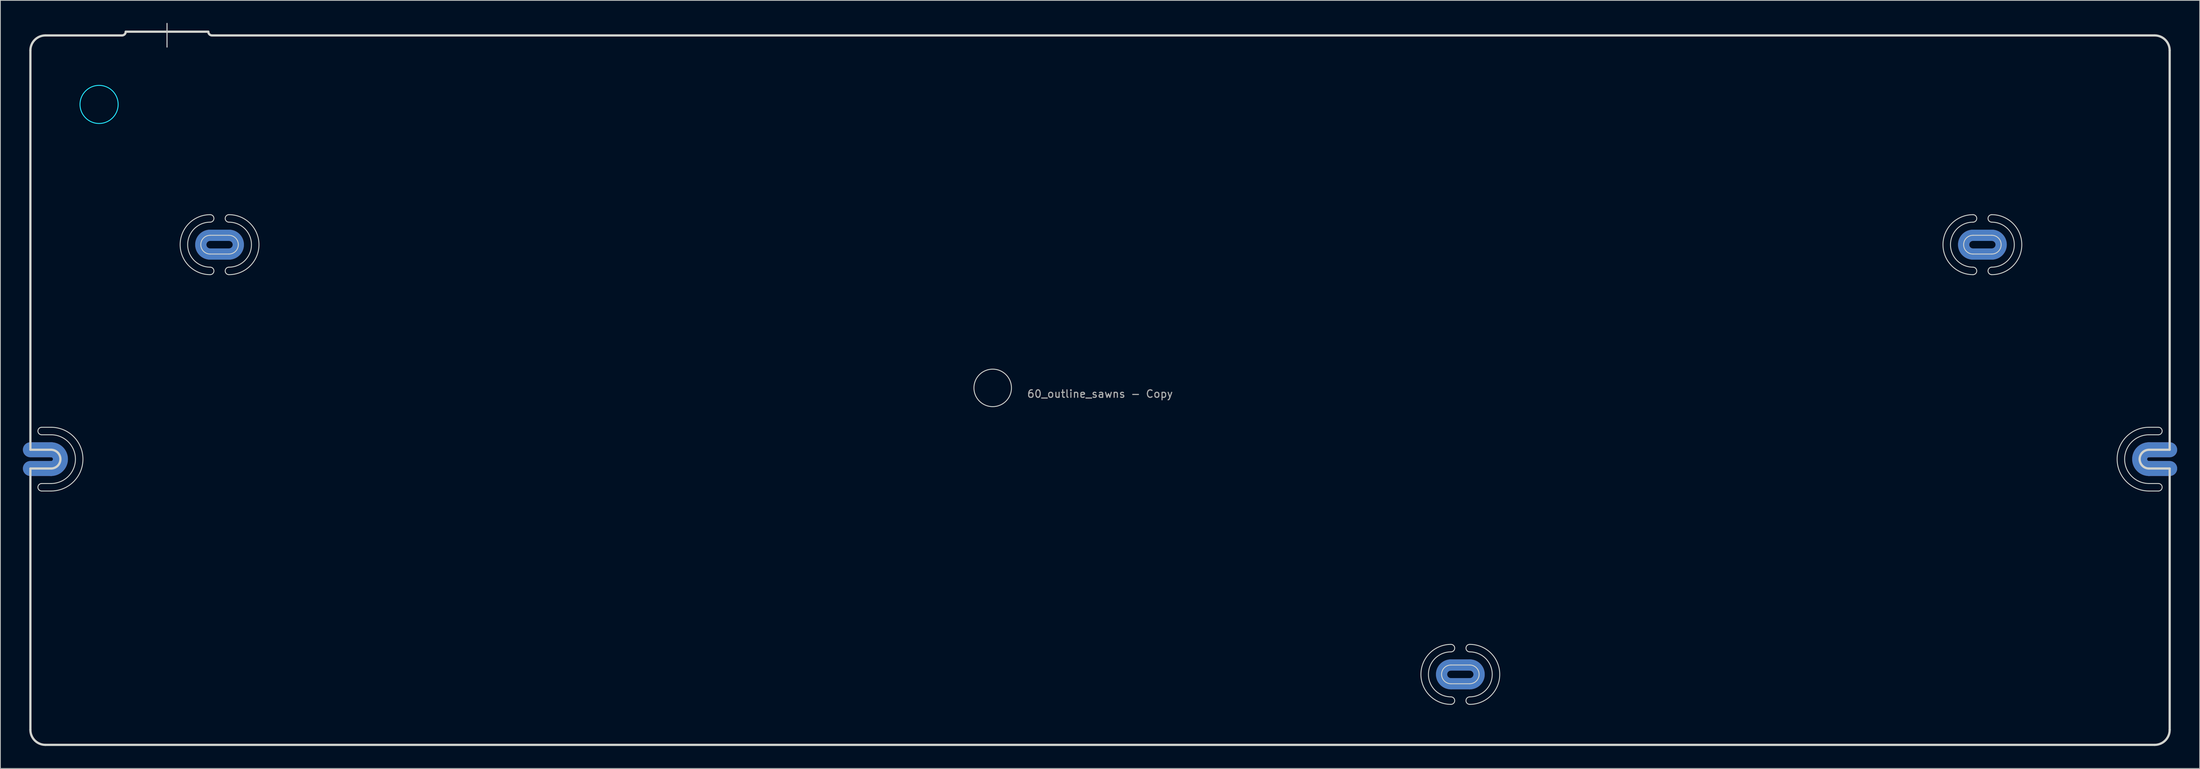
<source format=kicad_pcb>
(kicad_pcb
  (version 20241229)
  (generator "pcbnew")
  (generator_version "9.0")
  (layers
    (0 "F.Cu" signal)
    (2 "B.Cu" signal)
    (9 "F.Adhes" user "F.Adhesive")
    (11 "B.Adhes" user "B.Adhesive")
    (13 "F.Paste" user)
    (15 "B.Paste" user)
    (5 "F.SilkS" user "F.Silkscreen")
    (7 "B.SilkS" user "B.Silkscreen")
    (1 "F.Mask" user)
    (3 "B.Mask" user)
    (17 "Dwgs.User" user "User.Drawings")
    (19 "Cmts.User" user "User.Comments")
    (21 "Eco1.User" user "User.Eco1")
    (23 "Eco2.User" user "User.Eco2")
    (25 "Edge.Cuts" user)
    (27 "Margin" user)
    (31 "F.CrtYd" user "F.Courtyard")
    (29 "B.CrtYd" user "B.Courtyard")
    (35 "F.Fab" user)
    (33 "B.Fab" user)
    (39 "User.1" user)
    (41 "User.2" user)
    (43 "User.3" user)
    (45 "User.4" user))
  (footprint "60_outline_sawns - Copy"
    (layer "F.Cu")
    (at 143.5 48.975)
    (property "Reference" "60_outline_sawns - Copy" (at 0 0.5 0) (layer "F.Fab") (effects (font (size 1 1) (thickness 0.15))))
    (attr through_hole)
    (fp_line (start -142.5 10.45) (end -139.75 10.45) (stroke (width 2) (type solid)) (layer "F.Cu"))
    (fp_line (start -139.75 7.95) (end -142.5 7.95) (stroke (width 2) (type solid)) (layer "F.Cu"))
    (fp_line (start -118.55 -18.15) (end -116.05 -18.15) (stroke (width 1.5) (type solid)) (layer "F.Cu"))
    (fp_line (start -116.05 -20.65) (end -118.55 -20.65) (stroke (width 1.5) (type solid)) (layer "F.Cu"))
    (fp_line (start 46.75 39.15) (end 49.25 39.15) (stroke (width 1.5) (type solid)) (layer "F.Cu"))
    (fp_line (start 49.25 36.65) (end 46.75 36.65) (stroke (width 1.5) (type solid)) (layer "F.Cu"))
    (fp_line (start 116.3 -18.15) (end 118.8 -18.15) (stroke (width 1.5) (type solid)) (layer "F.Cu"))
    (fp_line (start 118.8 -20.65) (end 116.3 -20.65) (stroke (width 1.5) (type solid)) (layer "F.Cu"))
    (fp_line (start 139.75 10.45) (end 142.5 10.45) (stroke (width 2) (type solid)) (layer "F.Cu"))
    (fp_line (start 142.5 7.95) (end 139.75 7.95) (stroke (width 2) (type solid)) (layer "F.Cu"))
    (fp_arc (start -139.75 7.95) (mid -138.5 9.2) (end -139.75 10.45) (stroke (width 2) (type solid)) (layer "F.Cu"))
    (fp_arc (start -118.55 -18.15) (mid -119.8 -19.4) (end -118.55 -20.65) (stroke (width 1.5) (type solid)) (layer "F.Cu"))
    (fp_arc (start -116.05 -20.65) (mid -114.8 -19.4) (end -116.05 -18.15) (stroke (width 1.5) (type solid)) (layer "F.Cu"))
    (fp_arc (start 46.75 39.15) (mid 45.5 37.9) (end 46.75 36.65) (stroke (width 1.5) (type solid)) (layer "F.Cu"))
    (fp_arc (start 49.25 36.65) (mid 50.5 37.9) (end 49.25 39.15) (stroke (width 1.5) (type solid)) (layer "F.Cu"))
    (fp_arc (start 116.3 -18.15) (mid 115.05 -19.4) (end 116.3 -20.65) (stroke (width 1.5) (type solid)) (layer "F.Cu"))
    (fp_arc (start 118.8 -20.65) (mid 120.05 -19.4) (end 118.8 -18.15) (stroke (width 1.5) (type solid)) (layer "F.Cu"))
    (fp_arc (start 139.75 10.45) (mid 138.5 9.2) (end 139.75 7.95) (stroke (width 2) (type solid)) (layer "F.Cu"))
    (fp_line (start -142.5 10.45) (end -139.75 10.45) (stroke (width 2) (type solid)) (layer "F.Mask"))
    (fp_line (start -139.75 7.95) (end -142.5 7.95) (stroke (width 2) (type solid)) (layer "F.Mask"))
    (fp_line (start -118.55 -18.15) (end -116.05 -18.15) (stroke (width 1.5) (type solid)) (layer "F.Mask"))
    (fp_line (start -116.05 -20.65) (end -118.55 -20.65) (stroke (width 1.5) (type solid)) (layer "F.Mask"))
    (fp_line (start 46.75 39.15) (end 49.25 39.15) (stroke (width 1.5) (type solid)) (layer "F.Mask"))
    (fp_line (start 49.25 36.65) (end 46.75 36.65) (stroke (width 1.5) (type solid)) (layer "F.Mask"))
    (fp_line (start 116.3 -18.15) (end 118.8 -18.15) (stroke (width 1.5) (type solid)) (layer "F.Mask"))
    (fp_line (start 118.8 -20.65) (end 116.3 -20.65) (stroke (width 1.5) (type solid)) (layer "F.Mask"))
    (fp_line (start 139.75 10.45) (end 142.5 10.45) (stroke (width 2) (type solid)) (layer "F.Mask"))
    (fp_line (start 142.5 7.95) (end 139.75 7.95) (stroke (width 2) (type solid)) (layer "F.Mask"))
    (fp_arc (start -139.75 7.95) (mid -138.5 9.2) (end -139.75 10.45) (stroke (width 2) (type solid)) (layer "F.Mask"))
    (fp_arc (start -118.55 -18.15) (mid -119.8 -19.4) (end -118.55 -20.65) (stroke (width 1.5) (type solid)) (layer "F.Mask"))
    (fp_arc (start -116.05 -20.65) (mid -114.8 -19.4) (end -116.05 -18.15) (stroke (width 1.5) (type solid)) (layer "F.Mask"))
    (fp_arc (start 46.75 39.15) (mid 45.5 37.9) (end 46.75 36.65) (stroke (width 1.5) (type solid)) (layer "F.Mask"))
    (fp_arc (start 49.25 36.65) (mid 50.5 37.9) (end 49.25 39.15) (stroke (width 1.5) (type solid)) (layer "F.Mask"))
    (fp_arc (start 116.3 -18.15) (mid 115.05 -19.4) (end 116.3 -20.65) (stroke (width 1.5) (type solid)) (layer "F.Mask"))
    (fp_arc (start 118.8 -20.65) (mid 120.05 -19.4) (end 118.8 -18.15) (stroke (width 1.5) (type solid)) (layer "F.Mask"))
    (fp_arc (start 139.75 10.45) (mid 138.5 9.2) (end 139.75 7.95) (stroke (width 2) (type solid)) (layer "F.Mask"))
    (fp_line (start -142.5 10.45) (end -139.75 10.45) (stroke (width 2) (type solid)) (layer "B.Cu"))
    (fp_line (start -139.75 7.95) (end -142.5 7.95) (stroke (width 2) (type solid)) (layer "B.Cu"))
    (fp_line (start -118.55 -18.15) (end -116.05 -18.15) (stroke (width 1.5) (type solid)) (layer "B.Cu"))
    (fp_line (start -116.05 -20.65) (end -118.55 -20.65) (stroke (width 1.5) (type solid)) (layer "B.Cu"))
    (fp_line (start 46.75 39.15) (end 49.25 39.15) (stroke (width 1.5) (type solid)) (layer "B.Cu"))
    (fp_line (start 49.25 36.65) (end 46.75 36.65) (stroke (width 1.5) (type solid)) (layer "B.Cu"))
    (fp_line (start 116.3 -18.15) (end 118.8 -18.15) (stroke (width 1.5) (type solid)) (layer "B.Cu"))
    (fp_line (start 118.8 -20.65) (end 116.3 -20.65) (stroke (width 1.5) (type solid)) (layer "B.Cu"))
    (fp_line (start 139.75 10.45) (end 142.5 10.45) (stroke (width 2) (type solid)) (layer "B.Cu"))
    (fp_line (start 142.5 7.95) (end 139.75 7.95) (stroke (width 2) (type solid)) (layer "B.Cu"))
    (fp_arc (start -139.75 7.95) (mid -138.5 9.2) (end -139.75 10.45) (stroke (width 2) (type solid)) (layer "B.Cu"))
    (fp_arc (start -118.55 -18.15) (mid -119.8 -19.4) (end -118.55 -20.65) (stroke (width 1.5) (type solid)) (layer "B.Cu"))
    (fp_arc (start -116.05 -20.65) (mid -114.8 -19.4) (end -116.05 -18.15) (stroke (width 1.5) (type solid)) (layer "B.Cu"))
    (fp_arc (start 46.75 39.15) (mid 45.5 37.9) (end 46.75 36.65) (stroke (width 1.5) (type solid)) (layer "B.Cu"))
    (fp_arc (start 49.25 36.65) (mid 50.5 37.9) (end 49.25 39.15) (stroke (width 1.5) (type solid)) (layer "B.Cu"))
    (fp_arc (start 116.3 -18.15) (mid 115.05 -19.4) (end 116.3 -20.65) (stroke (width 1.5) (type solid)) (layer "B.Cu"))
    (fp_arc (start 118.8 -20.65) (mid 120.05 -19.4) (end 118.8 -18.15) (stroke (width 1.5) (type solid)) (layer "B.Cu"))
    (fp_arc (start 139.75 10.45) (mid 138.5 9.2) (end 139.75 7.95) (stroke (width 2) (type solid)) (layer "B.Cu"))
    (fp_line (start -142.5 10.45) (end -139.75 10.45) (stroke (width 2) (type solid)) (layer "B.Mask"))
    (fp_line (start -139.75 7.95) (end -142.5 7.95) (stroke (width 2) (type solid)) (layer "B.Mask"))
    (fp_line (start -118.55 -18.15) (end -116.05 -18.15) (stroke (width 1.5) (type solid)) (layer "B.Mask"))
    (fp_line (start -116.05 -20.65) (end -118.55 -20.65) (stroke (width 1.5) (type solid)) (layer "B.Mask"))
    (fp_line (start 46.75 39.15) (end 49.25 39.15) (stroke (width 1.5) (type solid)) (layer "B.Mask"))
    (fp_line (start 49.25 36.65) (end 46.75 36.65) (stroke (width 1.5) (type solid)) (layer "B.Mask"))
    (fp_line (start 116.3 -18.15) (end 118.8 -18.15) (stroke (width 1.5) (type solid)) (layer "B.Mask"))
    (fp_line (start 118.8 -20.65) (end 116.3 -20.65) (stroke (width 1.5) (type solid)) (layer "B.Mask"))
    (fp_line (start 139.75 10.45) (end 142.5 10.45) (stroke (width 2) (type solid)) (layer "B.Mask"))
    (fp_line (start 142.5 7.95) (end 139.75 7.95) (stroke (width 2) (type solid)) (layer "B.Mask"))
    (fp_arc (start -139.75 7.95) (mid -138.5 9.2) (end -139.75 10.45) (stroke (width 2) (type solid)) (layer "B.Mask"))
    (fp_arc (start -118.55 -18.15) (mid -119.8 -19.4) (end -118.55 -20.65) (stroke (width 1.5) (type solid)) (layer "B.Mask"))
    (fp_arc (start -116.05 -20.65) (mid -114.8 -19.4) (end -116.05 -18.15) (stroke (width 1.5) (type solid)) (layer "B.Mask"))
    (fp_arc (start 46.75 39.15) (mid 45.5 37.9) (end 46.75 36.65) (stroke (width 1.5) (type solid)) (layer "B.Mask"))
    (fp_arc (start 49.25 36.65) (mid 50.5 37.9) (end 49.25 39.15) (stroke (width 1.5) (type solid)) (layer "B.Mask"))
    (fp_arc (start 116.3 -18.15) (mid 115.05 -19.4) (end 116.3 -20.65) (stroke (width 1.5) (type solid)) (layer "B.Mask"))
    (fp_arc (start 118.8 -20.65) (mid 120.05 -19.4) (end 118.8 -18.15) (stroke (width 1.5) (type solid)) (layer "B.Mask"))
    (fp_arc (start 139.75 10.45) (mid 138.5 9.2) (end 139.75 7.95) (stroke (width 2) (type solid)) (layer "B.Mask"))
    (fp_line (start -124.3 -48.9) (end -124.3 -45.75) (stroke (width 0.15) (type solid)) (layer "Dwgs.User"))
    (fp_line (start -142.5 7.95) (end -142.5 -45.3) (stroke (width 0.3) (type solid)) (layer "Edge.Cuts"))
    (fp_line (start -142.5 10.45) (end -139.75 10.45) (stroke (width 0.3) (type solid)) (layer "Edge.Cuts"))
    (fp_line (start -142.5 45.3) (end -142.5 10.45) (stroke (width 0.3) (type solid)) (layer "Edge.Cuts"))
    (fp_line (start -140.5 -47.3) (end -130.3 -47.3) (stroke (width 0.3) (type solid)) (layer "Edge.Cuts"))
    (fp_line (start -140.5 47.3) (end 140.5 47.3) (stroke (width 0.3) (type solid)) (layer "Edge.Cuts"))
    (fp_line (start -139.75 4.95) (end -141 4.95) (stroke (width 0.12) (type solid)) (layer "Edge.Cuts"))
    (fp_line (start -139.75 5.95) (end -141 5.95) (stroke (width 0.12) (type solid)) (layer "Edge.Cuts"))
    (fp_line (start -139.75 7.95) (end -142.5 7.95) (stroke (width 0.3) (type solid)) (layer "Edge.Cuts"))
    (fp_line (start -139.75 12.45) (end -141 12.45) (stroke (width 0.12) (type solid)) (layer "Edge.Cuts"))
    (fp_line (start -139.75 13.45) (end -141 13.45) (stroke (width 0.12) (type solid)) (layer "Edge.Cuts"))
    (fp_line (start -129.8 -47.8) (end -118.8 -47.8) (stroke (width 0.3) (type solid)) (layer "Edge.Cuts"))
    (fp_line (start -118.55 -18.15) (end -116.05 -18.15) (stroke (width 0.12) (type solid)) (layer "Edge.Cuts"))
    (fp_line (start -116.05 -20.65) (end -118.55 -20.65) (stroke (width 0.12) (type solid)) (layer "Edge.Cuts"))
    (fp_line (start 46.75 39.15) (end 49.25 39.15) (stroke (width 0.12) (type solid)) (layer "Edge.Cuts"))
    (fp_line (start 49.25 36.65) (end 46.75 36.65) (stroke (width 0.12) (type solid)) (layer "Edge.Cuts"))
    (fp_line (start 116.3 -18.15) (end 118.8 -18.15) (stroke (width 0.12) (type solid)) (layer "Edge.Cuts"))
    (fp_line (start 118.8 -20.65) (end 116.3 -20.65) (stroke (width 0.12) (type solid)) (layer "Edge.Cuts"))
    (fp_line (start 139.75 4.95) (end 141 4.95) (stroke (width 0.12) (type solid)) (layer "Edge.Cuts"))
    (fp_line (start 139.75 5.95) (end 141 5.95) (stroke (width 0.12) (type solid)) (layer "Edge.Cuts"))
    (fp_line (start 139.75 10.45) (end 142.5 10.45) (stroke (width 0.3) (type solid)) (layer "Edge.Cuts"))
    (fp_line (start 139.75 12.45) (end 141 12.45) (stroke (width 0.12) (type solid)) (layer "Edge.Cuts"))
    (fp_line (start 139.75 13.45) (end 141 13.45) (stroke (width 0.12) (type solid)) (layer "Edge.Cuts"))
    (fp_line (start 140.5 -47.3) (end -118.3 -47.3) (stroke (width 0.3) (type solid)) (layer "Edge.Cuts"))
    (fp_line (start 142.5 7.95) (end 139.75 7.95) (stroke (width 0.3) (type solid)) (layer "Edge.Cuts"))
    (fp_line (start 142.5 7.95) (end 142.5 -45.3) (stroke (width 0.3) (type solid)) (layer "Edge.Cuts"))
    (fp_line (start 142.5 45.3) (end 142.5 10.45) (stroke (width 0.3) (type solid)) (layer "Edge.Cuts"))
    (fp_arc (start -142.5 -45.3) (mid -141.914214 -46.714214) (end -140.5 -47.3) (stroke (width 0.3) (type solid)) (layer "Edge.Cuts"))
    (fp_arc (start -141 5.95) (mid -141.5 5.45) (end -141 4.95) (stroke (width 0.12) (type solid)) (layer "Edge.Cuts"))
    (fp_arc (start -141 13.45) (mid -141.5 12.95) (end -141 12.45) (stroke (width 0.12) (type solid)) (layer "Edge.Cuts"))
    (fp_arc (start -140.5 47.3) (mid -141.914214 46.714214) (end -142.5 45.3) (stroke (width 0.3) (type solid)) (layer "Edge.Cuts"))
    (fp_arc (start -139.75 4.95) (mid -135.5 9.2) (end -139.75 13.45) (stroke (width 0.12) (type solid)) (layer "Edge.Cuts"))
    (fp_arc (start -139.75 5.95) (mid -136.5 9.2) (end -139.75 12.45) (stroke (width 0.12) (type solid)) (layer "Edge.Cuts"))
    (fp_arc (start -139.75 7.95) (mid -138.5 9.2) (end -139.75 10.45) (stroke (width 0.3) (type solid)) (layer "Edge.Cuts"))
    (fp_arc (start -129.8 -47.8) (mid -129.946447 -47.446447) (end -130.3 -47.3) (stroke (width 0.3) (type solid)) (layer "Edge.Cuts"))
    (fp_arc (start -118.55 -23.4) (mid -118.05 -22.9) (end -118.55 -22.4) (stroke (width 0.12) (type solid)) (layer "Edge.Cuts"))
    (fp_arc (start -118.55 -18.15) (mid -119.8 -19.4) (end -118.55 -20.65) (stroke (width 0.12) (type solid)) (layer "Edge.Cuts"))
    (fp_arc (start -118.55 -16.4) (mid -121.55 -19.4) (end -118.55 -22.4) (stroke (width 0.12) (type solid)) (layer "Edge.Cuts"))
    (fp_arc (start -118.55 -16.4) (mid -118.05 -15.9) (end -118.55 -15.4) (stroke (width 0.12) (type solid)) (layer "Edge.Cuts"))
    (fp_arc (start -118.55 -15.4) (mid -122.55 -19.4) (end -118.55 -23.4) (stroke (width 0.12) (type solid)) (layer "Edge.Cuts"))
    (fp_arc (start -118.3 -47.3) (mid -118.653553 -47.446447) (end -118.8 -47.8) (stroke (width 0.3) (type solid)) (layer "Edge.Cuts"))
    (fp_arc (start -116.05 -23.4) (mid -112.05 -19.4) (end -116.05 -15.4) (stroke (width 0.12) (type solid)) (layer "Edge.Cuts"))
    (fp_arc (start -116.05 -22.4) (mid -116.55 -22.9) (end -116.05 -23.4) (stroke (width 0.12) (type solid)) (layer "Edge.Cuts"))
    (fp_arc (start -116.05 -22.4) (mid -113.05 -19.4) (end -116.05 -16.4) (stroke (width 0.12) (type solid)) (layer "Edge.Cuts"))
    (fp_arc (start -116.05 -20.65) (mid -114.8 -19.4) (end -116.05 -18.15) (stroke (width 0.12) (type solid)) (layer "Edge.Cuts"))
    (fp_arc (start -116.05 -15.4) (mid -116.55 -15.9) (end -116.05 -16.4) (stroke (width 0.12) (type solid)) (layer "Edge.Cuts"))
    (fp_arc (start 46.75 33.9) (mid 47.25 34.4) (end 46.75 34.9) (stroke (width 0.12) (type solid)) (layer "Edge.Cuts"))
    (fp_arc (start 46.75 39.15) (mid 45.5 37.9) (end 46.75 36.65) (stroke (width 0.12) (type solid)) (layer "Edge.Cuts"))
    (fp_arc (start 46.75 40.9) (mid 43.75 37.9) (end 46.75 34.9) (stroke (width 0.12) (type solid)) (layer "Edge.Cuts"))
    (fp_arc (start 46.75 40.9) (mid 47.25 41.4) (end 46.75 41.9) (stroke (width 0.12) (type solid)) (layer "Edge.Cuts"))
    (fp_arc (start 46.75 41.9) (mid 42.75 37.9) (end 46.75 33.9) (stroke (width 0.12) (type solid)) (layer "Edge.Cuts"))
    (fp_arc (start 49.25 33.9) (mid 53.25 37.9) (end 49.25 41.9) (stroke (width 0.12) (type solid)) (layer "Edge.Cuts"))
    (fp_arc (start 49.25 34.9) (mid 48.75 34.4) (end 49.25 33.9) (stroke (width 0.12) (type solid)) (layer "Edge.Cuts"))
    (fp_arc (start 49.25 34.9) (mid 52.25 37.9) (end 49.25 40.9) (stroke (width 0.12) (type solid)) (layer "Edge.Cuts"))
    (fp_arc (start 49.25 36.65) (mid 50.5 37.9) (end 49.25 39.15) (stroke (width 0.12) (type solid)) (layer "Edge.Cuts"))
    (fp_arc (start 49.25 41.9) (mid 48.75 41.4) (end 49.25 40.9) (stroke (width 0.12) (type solid)) (layer "Edge.Cuts"))
    (fp_arc (start 116.3 -23.4) (mid 116.8 -22.9) (end 116.3 -22.4) (stroke (width 0.12) (type solid)) (layer "Edge.Cuts"))
    (fp_arc (start 116.3 -18.15) (mid 115.05 -19.4) (end 116.3 -20.65) (stroke (width 0.12) (type solid)) (layer "Edge.Cuts"))
    (fp_arc (start 116.3 -16.4) (mid 113.3 -19.4) (end 116.3 -22.4) (stroke (width 0.12) (type solid)) (layer "Edge.Cuts"))
    (fp_arc (start 116.3 -16.4) (mid 116.8 -15.9) (end 116.3 -15.4) (stroke (width 0.12) (type solid)) (layer "Edge.Cuts"))
    (fp_arc (start 116.3 -15.4) (mid 112.3 -19.4) (end 116.3 -23.4) (stroke (width 0.12) (type solid)) (layer "Edge.Cuts"))
    (fp_arc (start 118.8 -23.4) (mid 122.8 -19.4) (end 118.8 -15.4) (stroke (width 0.12) (type solid)) (layer "Edge.Cuts"))
    (fp_arc (start 118.8 -22.4) (mid 118.3 -22.9) (end 118.8 -23.4) (stroke (width 0.12) (type solid)) (layer "Edge.Cuts"))
    (fp_arc (start 118.8 -22.4) (mid 121.8 -19.4) (end 118.8 -16.4) (stroke (width 0.12) (type solid)) (layer "Edge.Cuts"))
    (fp_arc (start 118.8 -20.65) (mid 120.05 -19.4) (end 118.8 -18.15) (stroke (width 0.12) (type solid)) (layer "Edge.Cuts"))
    (fp_arc (start 118.8 -15.4) (mid 118.3 -15.9) (end 118.8 -16.4) (stroke (width 0.12) (type solid)) (layer "Edge.Cuts"))
    (fp_arc (start 139.75 10.45) (mid 138.5 9.2) (end 139.75 7.95) (stroke (width 0.3) (type solid)) (layer "Edge.Cuts"))
    (fp_arc (start 139.75 12.45) (mid 136.5 9.2) (end 139.75 5.95) (stroke (width 0.12) (type solid)) (layer "Edge.Cuts"))
    (fp_arc (start 139.75 13.45) (mid 135.5 9.2) (end 139.75 4.95) (stroke (width 0.12) (type solid)) (layer "Edge.Cuts"))
    (fp_arc (start 140.5 -47.3) (mid 141.914214 -46.714214) (end 142.5 -45.3) (stroke (width 0.3) (type solid)) (layer "Edge.Cuts"))
    (fp_arc (start 141 4.95) (mid 141.5 5.45) (end 141 5.95) (stroke (width 0.12) (type solid)) (layer "Edge.Cuts"))
    (fp_arc (start 141 12.45) (mid 141.5 12.95) (end 141 13.45) (stroke (width 0.12) (type solid)) (layer "Edge.Cuts"))
    (fp_arc (start 142.5 45.3) (mid 141.914214 46.714214) (end 140.5 47.3) (stroke (width 0.3) (type solid)) (layer "Edge.Cuts"))
    (fp_circle (center -14.3 -0.3) (end -11.8 -0.3) (stroke (width 0.12) (type solid)) (fill no) (layer "Edge.Cuts"))
    (fp_circle (center -133.35 -38.1) (end -130.81 -38.1) (stroke (width 0.12) (type solid)) (fill no) (layer "B.CrtYd")))
  (gr_rect
    (start -3 -3)
    (end 290 99.425)
    (stroke (width 0.1) (type default))
    (fill no)
    (layer "Edge.Cuts")))
</source>
